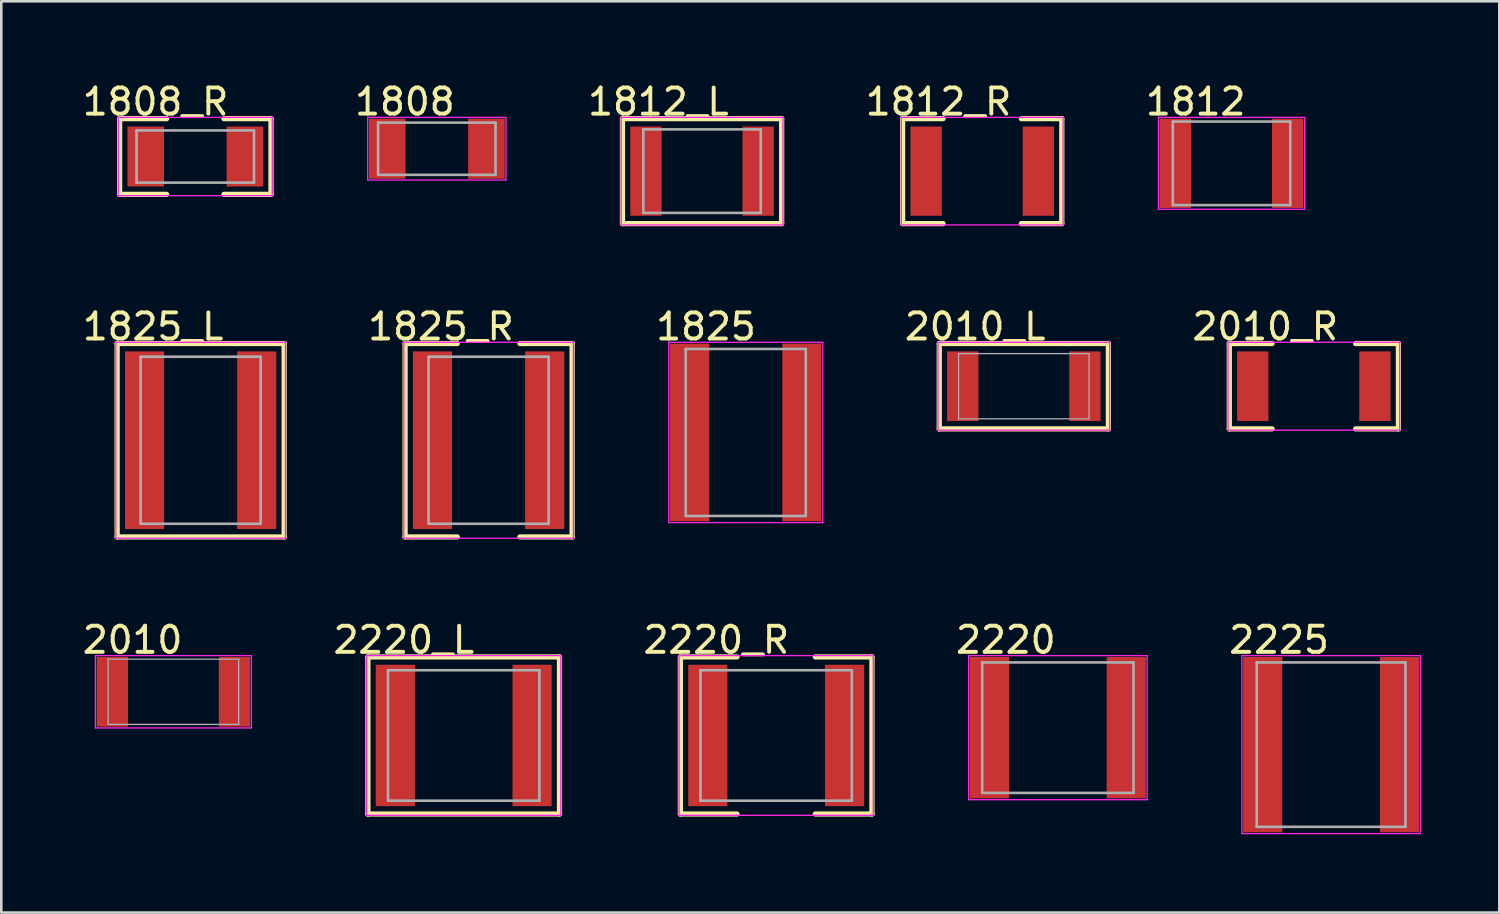
<source format=kicad_pcb>
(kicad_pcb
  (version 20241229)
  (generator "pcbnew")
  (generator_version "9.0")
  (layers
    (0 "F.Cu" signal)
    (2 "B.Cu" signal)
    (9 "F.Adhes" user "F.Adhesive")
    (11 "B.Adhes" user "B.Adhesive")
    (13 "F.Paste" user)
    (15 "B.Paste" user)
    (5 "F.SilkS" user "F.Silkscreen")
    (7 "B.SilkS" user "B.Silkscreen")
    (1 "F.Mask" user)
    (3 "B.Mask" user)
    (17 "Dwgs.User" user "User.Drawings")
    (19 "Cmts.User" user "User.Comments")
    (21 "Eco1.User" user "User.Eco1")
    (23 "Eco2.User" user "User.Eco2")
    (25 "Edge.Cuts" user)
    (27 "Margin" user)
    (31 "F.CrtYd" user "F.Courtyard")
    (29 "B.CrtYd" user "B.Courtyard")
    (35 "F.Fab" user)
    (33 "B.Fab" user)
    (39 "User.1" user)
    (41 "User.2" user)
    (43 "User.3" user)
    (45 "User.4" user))
  (footprint "1812_L"
    (layer "F.Cu")
    (at 23.853 3.508)
    (property "Reference" "1812_L" (at -1.674 -2.659 0) (layer "F.SilkS") (effects (font (size 1 1) (thickness 0.15))))
    (attr through_hole)
    (fp_line (start -3.05 -2.01) (end 3.05 -2.01) (stroke (width 0.2) (type solid)) (layer "F.SilkS"))
    (fp_line (start -3.05 2.01) (end -3.05 -2.01) (stroke (width 0.2) (type solid)) (layer "F.SilkS"))
    (fp_line (start -3.05 2.01) (end 3.05 2.01) (stroke (width 0.2) (type solid)) (layer "F.SilkS"))
    (fp_line (start 3.05 2.01) (end 3.05 -2.01) (stroke (width 0.2) (type solid)) (layer "F.SilkS"))
    (fp_line (start -3.1 -2.06) (end 3.1 -2.06) (stroke (width 0.05) (type solid)) (layer "F.CrtYd"))
    (fp_line (start -3.1 2.06) (end -3.1 -2.06) (stroke (width 0.05) (type solid)) (layer "F.CrtYd"))
    (fp_line (start 3.1 -2.06) (end 3.1 2.06) (stroke (width 0.05) (type solid)) (layer "F.CrtYd"))
    (fp_line (start 3.1 2.06) (end -3.1 2.06) (stroke (width 0.05) (type solid)) (layer "F.CrtYd"))
    (fp_line (start -2.25 -1.6) (end 2.25 -1.6) (stroke (width 0.1) (type solid)) (layer "F.Fab"))
    (fp_line (start -2.25 1.6) (end -2.25 -1.6) (stroke (width 0.1) (type solid)) (layer "F.Fab"))
    (fp_line (start -2.25 1.6) (end 2.25 1.6) (stroke (width 0.1) (type solid)) (layer "F.Fab"))
    (fp_line (start 2.25 1.6) (end 2.25 -1.6) (stroke (width 0.1) (type solid)) (layer "F.Fab"))
    (pad "1" smd rect (at -2.15 0) (size 1.2 3.42) (layers "F.Cu" "F.Mask" "F.Paste"))
    (pad "2" smd rect (at 2.15 0) (size 1.2 3.42) (layers "F.Cu" "F.Mask" "F.Paste")))
  (footprint "2220_L"
    (layer "F.Cu")
    (at 14.719 25.133)
    (property "Reference" "2220_L" (at -2.294 -3.659 0) (layer "F.SilkS") (effects (font (size 1 1) (thickness 0.15))))
    (attr through_hole)
    (fp_line (start -3.67 -3.01) (end 3.67 -3.01) (stroke (width 0.2) (type solid)) (layer "F.SilkS"))
    (fp_line (start -3.67 3.01) (end -3.67 -3.01) (stroke (width 0.2) (type solid)) (layer "F.SilkS"))
    (fp_line (start -3.67 3.01) (end 3.67 3.01) (stroke (width 0.2) (type solid)) (layer "F.SilkS"))
    (fp_line (start 3.67 3.01) (end 3.67 -3.01) (stroke (width 0.2) (type solid)) (layer "F.SilkS"))
    (fp_line (start -3.72 -3.06) (end 3.72 -3.06) (stroke (width 0.05) (type solid)) (layer "F.CrtYd"))
    (fp_line (start -3.72 3.06) (end -3.72 -3.06) (stroke (width 0.05) (type solid)) (layer "F.CrtYd"))
    (fp_line (start 3.72 -3.06) (end 3.72 3.06) (stroke (width 0.05) (type solid)) (layer "F.CrtYd"))
    (fp_line (start 3.72 3.06) (end -3.72 3.06) (stroke (width 0.05) (type solid)) (layer "F.CrtYd"))
    (fp_line (start -2.9 -2.5) (end 2.9 -2.5) (stroke (width 0.1) (type solid)) (layer "F.Fab"))
    (fp_line (start -2.9 2.5) (end -2.9 -2.5) (stroke (width 0.1) (type solid)) (layer "F.Fab"))
    (fp_line (start -2.9 2.5) (end 2.9 2.5) (stroke (width 0.1) (type solid)) (layer "F.Fab"))
    (fp_line (start 2.9 2.5) (end 2.9 -2.5) (stroke (width 0.1) (type solid)) (layer "F.Fab"))
    (pad "1" smd rect (at -2.62 0) (size 1.5 5.42) (layers "F.Cu" "F.Mask" "F.Paste"))
    (pad "2" smd rect (at 2.62 0) (size 1.5 5.42) (layers "F.Cu" "F.Mask" "F.Paste")))
  (footprint "2010_R"
    (layer "F.Cu")
    (at 47.297 11.75)
    (property "Reference" "2010_R" (at -1.864 -2.284 0) (layer "F.SilkS") (effects (font (size 1 1) (thickness 0.15))))
    (attr through_hole)
    (fp_line (start -3.24 -1.635) (end -1.6 -1.635) (stroke (width 0.2) (type solid)) (layer "F.SilkS"))
    (fp_line (start -3.24 1.635) (end -3.24 -1.635) (stroke (width 0.2) (type solid)) (layer "F.SilkS"))
    (fp_line (start -3.24 1.635) (end -1.6 1.635) (stroke (width 0.2) (type solid)) (layer "F.SilkS"))
    (fp_line (start 1.6 -1.635) (end 3.24 -1.635) (stroke (width 0.2) (type solid)) (layer "F.SilkS"))
    (fp_line (start 1.6 1.635) (end 3.24 1.635) (stroke (width 0.2) (type solid)) (layer "F.SilkS"))
    (fp_line (start 3.24 1.635) (end 3.24 -1.635) (stroke (width 0.2) (type solid)) (layer "F.SilkS"))
    (fp_line (start -3.29 -1.685) (end 3.29 -1.685) (stroke (width 0.05) (type solid)) (layer "F.CrtYd"))
    (fp_line (start -3.29 1.685) (end -3.29 -1.685) (stroke (width 0.05) (type solid)) (layer "F.CrtYd"))
    (fp_line (start 3.29 -1.685) (end 3.29 1.685) (stroke (width 0.05) (type solid)) (layer "F.CrtYd"))
    (fp_line (start 3.29 1.685) (end -3.29 1.685) (stroke (width 0.05) (type solid)) (layer "F.CrtYd"))
    (pad "1" smd rect (at -2.34 0) (size 1.2 2.67) (layers "F.Cu" "F.Mask" "F.Paste"))
    (pad "2" smd rect (at 2.34 0) (size 1.2 2.67) (layers "F.Cu" "F.Mask" "F.Paste")))
  (footprint "1808_R"
    (layer "F.Cu")
    (at 4.434 2.948)
    (property "Reference" "1808_R" (at -1.524 -2.099 0) (layer "F.SilkS") (effects (font (size 1 1) (thickness 0.15))))
    (attr through_hole)
    (fp_line (start -2.9 -1.45) (end -1.1 -1.45) (stroke (width 0.2) (type solid)) (layer "F.SilkS"))
    (fp_line (start -2.9 1.45) (end -2.9 -1.45) (stroke (width 0.2) (type solid)) (layer "F.SilkS"))
    (fp_line (start -2.9 1.45) (end -1.1 1.45) (stroke (width 0.2) (type solid)) (layer "F.SilkS"))
    (fp_line (start 1.1 -1.45) (end 2.9 -1.45) (stroke (width 0.2) (type solid)) (layer "F.SilkS"))
    (fp_line (start 1.1 1.45) (end 2.9 1.45) (stroke (width 0.2) (type solid)) (layer "F.SilkS"))
    (fp_line (start 2.9 1.45) (end 2.9 -1.45) (stroke (width 0.2) (type solid)) (layer "F.SilkS"))
    (fp_line (start -2.95 -1.5) (end 2.95 -1.5) (stroke (width 0.05) (type solid)) (layer "F.CrtYd"))
    (fp_line (start -2.95 1.5) (end -2.95 -1.5) (stroke (width 0.05) (type solid)) (layer "F.CrtYd"))
    (fp_line (start 2.95 -1.5) (end 2.95 1.5) (stroke (width 0.05) (type solid)) (layer "F.CrtYd"))
    (fp_line (start 2.95 1.5) (end -2.95 1.5) (stroke (width 0.05) (type solid)) (layer "F.CrtYd"))
    (fp_line (start -2.25 -1) (end 2.25 -1) (stroke (width 0.1) (type solid)) (layer "F.Fab"))
    (fp_line (start -2.25 1) (end -2.25 -1) (stroke (width 0.1) (type solid)) (layer "F.Fab"))
    (fp_line (start -2.25 1) (end 2.25 1) (stroke (width 0.1) (type solid)) (layer "F.Fab"))
    (fp_line (start 2.25 1) (end 2.25 -1) (stroke (width 0.1) (type solid)) (layer "F.Fab"))
    (pad "1" smd rect (at -1.9 0) (size 1.4 2.3) (layers "F.Cu" "F.Mask" "F.Paste"))
    (pad "2" smd rect (at 1.9 0) (size 1.4 2.3) (layers "F.Cu" "F.Mask" "F.Paste")))
  (footprint "1825_L"
    (layer "F.Cu")
    (at 4.639 13.82)
    (property "Reference" "1825_L" (at -1.824 -4.354 0) (layer "F.SilkS") (effects (font (size 1 1) (thickness 0.15))))
    (attr through_hole)
    (fp_line (start -3.2 -3.705) (end 3.2 -3.705) (stroke (width 0.2) (type solid)) (layer "F.SilkS"))
    (fp_line (start -3.2 3.705) (end -3.2 -3.705) (stroke (width 0.2) (type solid)) (layer "F.SilkS"))
    (fp_line (start -3.2 3.705) (end 3.2 3.705) (stroke (width 0.2) (type solid)) (layer "F.SilkS"))
    (fp_line (start 3.2 3.705) (end 3.2 -3.705) (stroke (width 0.2) (type solid)) (layer "F.SilkS"))
    (fp_line (start -3.25 -3.755) (end 3.25 -3.755) (stroke (width 0.05) (type solid)) (layer "F.CrtYd"))
    (fp_line (start -3.25 3.755) (end -3.25 -3.755) (stroke (width 0.05) (type solid)) (layer "F.CrtYd"))
    (fp_line (start 3.25 -3.755) (end 3.25 3.755) (stroke (width 0.05) (type solid)) (layer "F.CrtYd"))
    (fp_line (start 3.25 3.755) (end -3.25 3.755) (stroke (width 0.05) (type solid)) (layer "F.CrtYd"))
    (fp_line (start -2.3 -3.2) (end 2.3 -3.2) (stroke (width 0.1) (type solid)) (layer "F.Fab"))
    (fp_line (start -2.3 3.2) (end -2.3 -3.2) (stroke (width 0.1) (type solid)) (layer "F.Fab"))
    (fp_line (start -2.3 3.2) (end 2.3 3.2) (stroke (width 0.1) (type solid)) (layer "F.Fab"))
    (fp_line (start 2.3 3.2) (end 2.3 -3.2) (stroke (width 0.1) (type solid)) (layer "F.Fab"))
    (pad "1" smd rect (at -2.15 0) (size 1.5 6.81) (layers "F.Cu" "F.Mask" "F.Paste"))
    (pad "2" smd rect (at 2.15 0) (size 1.5 6.81) (layers "F.Cu" "F.Mask" "F.Paste")))
  (footprint "2010_L"
    (layer "F.Cu")
    (at 36.183 11.75)
    (property "Reference" "2010_L" (at -1.864 -2.284 0) (layer "F.SilkS") (effects (font (size 1 1) (thickness 0.15))))
    (attr through_hole)
    (fp_line (start -3.24 -1.635) (end 3.24 -1.635) (stroke (width 0.2) (type solid)) (layer "F.SilkS"))
    (fp_line (start -3.24 1.635) (end -3.24 -1.635) (stroke (width 0.2) (type solid)) (layer "F.SilkS"))
    (fp_line (start -3.24 1.635) (end 3.24 1.635) (stroke (width 0.2) (type solid)) (layer "F.SilkS"))
    (fp_line (start 3.24 1.635) (end 3.24 -1.635) (stroke (width 0.2) (type solid)) (layer "F.SilkS"))
    (fp_line (start -3.29 -1.685) (end 3.29 -1.685) (stroke (width 0.05) (type solid)) (layer "F.CrtYd"))
    (fp_line (start -3.29 1.685) (end -3.29 -1.685) (stroke (width 0.05) (type solid)) (layer "F.CrtYd"))
    (fp_line (start 3.29 -1.685) (end 3.29 1.685) (stroke (width 0.05) (type solid)) (layer "F.CrtYd"))
    (fp_line (start 3.29 1.685) (end -3.29 1.685) (stroke (width 0.05) (type solid)) (layer "F.CrtYd"))
    (fp_line (start -2.5 -1.25) (end 2.5 -1.25) (stroke (width 0.05) (type solid)) (layer "F.Fab"))
    (fp_line (start -2.5 1.25) (end -2.5 -1.25) (stroke (width 0.05) (type solid)) (layer "F.Fab"))
    (fp_line (start -2.5 1.25) (end 2.5 1.25) (stroke (width 0.05) (type solid)) (layer "F.Fab"))
    (fp_line (start 2.5 1.25) (end 2.5 -1.25) (stroke (width 0.05) (type solid)) (layer "F.Fab"))
    (pad "1" smd rect (at -2.34 0) (size 1.2 2.67) (layers "F.Cu" "F.Mask" "F.Paste"))
    (pad "2" smd rect (at 2.34 0) (size 1.2 2.67) (layers "F.Cu" "F.Mask" "F.Paste")))
  (footprint "2220"
    (layer "F.Cu")
    (at 37.488 24.834)
    (property "Reference" "2220" (at -1.995 -3.361 0) (layer "F.SilkS") (effects (font (size 1 1) (thickness 0.15))))
    (attr through_hole)
    (fp_line (start -3.42 -2.76) (end 3.42 -2.76) (stroke (width 0.05) (type solid)) (layer "F.CrtYd"))
    (fp_line (start -3.42 2.76) (end -3.42 -2.76) (stroke (width 0.05) (type solid)) (layer "F.CrtYd"))
    (fp_line (start 3.42 -2.76) (end 3.42 2.76) (stroke (width 0.05) (type solid)) (layer "F.CrtYd"))
    (fp_line (start 3.42 2.76) (end -3.42 2.76) (stroke (width 0.05) (type solid)) (layer "F.CrtYd"))
    (fp_line (start -2.9 -2.5) (end 2.9 -2.5) (stroke (width 0.1) (type solid)) (layer "F.Fab"))
    (fp_line (start -2.9 2.5) (end -2.9 -2.5) (stroke (width 0.1) (type solid)) (layer "F.Fab"))
    (fp_line (start -2.9 2.5) (end 2.9 2.5) (stroke (width 0.1) (type solid)) (layer "F.Fab"))
    (fp_line (start 2.9 2.5) (end 2.9 -2.5) (stroke (width 0.1) (type solid)) (layer "F.Fab"))
    (pad "1" smd rect (at -2.62 0) (size 1.5 5.42) (layers "F.Cu" "F.Mask" "F.Paste"))
    (pad "2" smd rect (at 2.62 0) (size 1.5 5.42) (layers "F.Cu" "F.Mask" "F.Paste")))
  (footprint "2010"
    (layer "F.Cu")
    (at 3.595 23.459)
    (property "Reference" "2010" (at -1.565 -1.986 0) (layer "F.SilkS") (effects (font (size 1 1) (thickness 0.15))))
    (attr through_hole)
    (fp_line (start -2.99 -1.385) (end 2.99 -1.385) (stroke (width 0.05) (type solid)) (layer "F.CrtYd"))
    (fp_line (start -2.99 1.385) (end -2.99 -1.385) (stroke (width 0.05) (type solid)) (layer "F.CrtYd"))
    (fp_line (start 2.99 -1.385) (end 2.99 1.385) (stroke (width 0.05) (type solid)) (layer "F.CrtYd"))
    (fp_line (start 2.99 1.385) (end -2.99 1.385) (stroke (width 0.05) (type solid)) (layer "F.CrtYd"))
    (fp_line (start -2.5 -1.25) (end 2.5 -1.25) (stroke (width 0.05) (type solid)) (layer "F.Fab"))
    (fp_line (start -2.5 1.25) (end -2.5 -1.25) (stroke (width 0.05) (type solid)) (layer "F.Fab"))
    (fp_line (start -2.5 1.25) (end 2.5 1.25) (stroke (width 0.05) (type solid)) (layer "F.Fab"))
    (fp_line (start 2.5 1.25) (end 2.5 -1.25) (stroke (width 0.05) (type solid)) (layer "F.Fab"))
    (pad "1" smd rect (at -2.34 0) (size 1.2 2.67) (layers "F.Cu" "F.Mask" "F.Paste"))
    (pad "2" smd rect (at 2.34 0) (size 1.2 2.67) (layers "F.Cu" "F.Mask" "F.Paste")))
  (footprint "1812"
    (layer "F.Cu")
    (at 44.143 3.209)
    (property "Reference" "1812" (at -1.375 -2.361 0) (layer "F.SilkS") (effects (font (size 1 1) (thickness 0.15))))
    (attr through_hole)
    (fp_line (start -2.8 -1.76) (end 2.8 -1.76) (stroke (width 0.05) (type solid)) (layer "F.CrtYd"))
    (fp_line (start -2.8 1.76) (end -2.8 -1.76) (stroke (width 0.05) (type solid)) (layer "F.CrtYd"))
    (fp_line (start 2.8 -1.76) (end 2.8 1.76) (stroke (width 0.05) (type solid)) (layer "F.CrtYd"))
    (fp_line (start 2.8 1.76) (end -2.8 1.76) (stroke (width 0.05) (type solid)) (layer "F.CrtYd"))
    (fp_line (start -2.25 -1.6) (end 2.25 -1.6) (stroke (width 0.1) (type solid)) (layer "F.Fab"))
    (fp_line (start -2.25 1.6) (end -2.25 -1.6) (stroke (width 0.1) (type solid)) (layer "F.Fab"))
    (fp_line (start -2.25 1.6) (end 2.25 1.6) (stroke (width 0.1) (type solid)) (layer "F.Fab"))
    (fp_line (start 2.25 1.6) (end 2.25 -1.6) (stroke (width 0.1) (type solid)) (layer "F.Fab"))
    (pad "1" smd rect (at -2.15 0) (size 1.2 3.42) (layers "F.Cu" "F.Mask" "F.Paste"))
    (pad "2" smd rect (at 2.15 0) (size 1.2 3.42) (layers "F.Cu" "F.Mask" "F.Paste")))
  (footprint "1808"
    (layer "F.Cu")
    (at 13.689 2.649)
    (property "Reference" "1808" (at -1.225 -1.801 0) (layer "F.SilkS") (effects (font (size 1 1) (thickness 0.15))))
    (attr through_hole)
    (fp_line (start -2.65 -1.2) (end 2.65 -1.2) (stroke (width 0.05) (type solid)) (layer "F.CrtYd"))
    (fp_line (start -2.65 1.2) (end -2.65 -1.2) (stroke (width 0.05) (type solid)) (layer "F.CrtYd"))
    (fp_line (start 2.65 -1.2) (end 2.65 1.2) (stroke (width 0.05) (type solid)) (layer "F.CrtYd"))
    (fp_line (start 2.65 1.2) (end -2.65 1.2) (stroke (width 0.05) (type solid)) (layer "F.CrtYd"))
    (fp_line (start -2.25 -1) (end 2.25 -1) (stroke (width 0.1) (type solid)) (layer "F.Fab"))
    (fp_line (start -2.25 1) (end -2.25 -1) (stroke (width 0.1) (type solid)) (layer "F.Fab"))
    (fp_line (start -2.25 1) (end 2.25 1) (stroke (width 0.1) (type solid)) (layer "F.Fab"))
    (fp_line (start 2.25 1) (end 2.25 -1) (stroke (width 0.1) (type solid)) (layer "F.Fab"))
    (pad "1" smd rect (at -1.9 0) (size 1.4 2.3) (layers "F.Cu" "F.Mask" "F.Paste"))
    (pad "2" smd rect (at 1.9 0) (size 1.4 2.3) (layers "F.Cu" "F.Mask" "F.Paste")))
  (footprint "1812_R"
    (layer "F.Cu")
    (at 34.588 3.508)
    (property "Reference" "1812_R" (at -1.674 -2.659 0) (layer "F.SilkS") (effects (font (size 1 1) (thickness 0.15))))
    (attr through_hole)
    (fp_line (start -3.05 -2.01) (end -1.5 -2.01) (stroke (width 0.2) (type solid)) (layer "F.SilkS"))
    (fp_line (start -3.05 2.01) (end -3.05 -2.01) (stroke (width 0.2) (type solid)) (layer "F.SilkS"))
    (fp_line (start -3.05 2.01) (end -1.5 2.01) (stroke (width 0.2) (type solid)) (layer "F.SilkS"))
    (fp_line (start 1.5 -2.01) (end 3.05 -2.01) (stroke (width 0.2) (type solid)) (layer "F.SilkS"))
    (fp_line (start 1.5 2.01) (end 3.05 2.01) (stroke (width 0.2) (type solid)) (layer "F.SilkS"))
    (fp_line (start 3.05 2.01) (end 3.05 -2.01) (stroke (width 0.2) (type solid)) (layer "F.SilkS"))
    (fp_line (start -3.1 -2.06) (end 3.1 -2.06) (stroke (width 0.05) (type solid)) (layer "F.CrtYd"))
    (fp_line (start -3.1 2.06) (end -3.1 -2.06) (stroke (width 0.05) (type solid)) (layer "F.CrtYd"))
    (fp_line (start 3.1 -2.06) (end 3.1 2.06) (stroke (width 0.05) (type solid)) (layer "F.CrtYd"))
    (fp_line (start 3.1 2.06) (end -3.1 2.06) (stroke (width 0.05) (type solid)) (layer "F.CrtYd"))
    (pad "1" smd rect (at -2.15 0) (size 1.2 3.42) (layers "F.Cu" "F.Mask" "F.Paste"))
    (pad "2" smd rect (at 2.15 0) (size 1.2 3.42) (layers "F.Cu" "F.Mask" "F.Paste")))
  (footprint "1825_R"
    (layer "F.Cu")
    (at 15.673 13.82)
    (property "Reference" "1825_R" (at -1.824 -4.354 0) (layer "F.SilkS") (effects (font (size 1 1) (thickness 0.15))))
    (attr through_hole)
    (fp_line (start -3.2 -3.705) (end -1.2 -3.705) (stroke (width 0.2) (type solid)) (layer "F.SilkS"))
    (fp_line (start -3.2 3.705) (end -3.2 -3.705) (stroke (width 0.2) (type solid)) (layer "F.SilkS"))
    (fp_line (start -3.2 3.705) (end -1.2 3.705) (stroke (width 0.2) (type solid)) (layer "F.SilkS"))
    (fp_line (start 1.2 -3.705) (end 3.2 -3.705) (stroke (width 0.2) (type solid)) (layer "F.SilkS"))
    (fp_line (start 1.2 3.705) (end 3.2 3.705) (stroke (width 0.2) (type solid)) (layer "F.SilkS"))
    (fp_line (start 3.2 3.705) (end 3.2 -3.705) (stroke (width 0.2) (type solid)) (layer "F.SilkS"))
    (fp_line (start -3.25 -3.755) (end 3.25 -3.755) (stroke (width 0.05) (type solid)) (layer "F.CrtYd"))
    (fp_line (start -3.25 3.755) (end -3.25 -3.755) (stroke (width 0.05) (type solid)) (layer "F.CrtYd"))
    (fp_line (start 3.25 -3.755) (end 3.25 3.755) (stroke (width 0.05) (type solid)) (layer "F.CrtYd"))
    (fp_line (start 3.25 3.755) (end -3.25 3.755) (stroke (width 0.05) (type solid)) (layer "F.CrtYd"))
    (fp_line (start -2.3 -3.2) (end 2.3 -3.2) (stroke (width 0.1) (type solid)) (layer "F.Fab"))
    (fp_line (start -2.3 3.2) (end -2.3 -3.2) (stroke (width 0.1) (type solid)) (layer "F.Fab"))
    (fp_line (start -2.3 3.2) (end 2.3 3.2) (stroke (width 0.1) (type solid)) (layer "F.Fab"))
    (fp_line (start 2.3 3.2) (end 2.3 -3.2) (stroke (width 0.1) (type solid)) (layer "F.Fab"))
    (pad "1" smd rect (at -2.15 0) (size 1.5 6.81) (layers "F.Cu" "F.Mask" "F.Paste"))
    (pad "2" smd rect (at 2.15 0) (size 1.5 6.81) (layers "F.Cu" "F.Mask" "F.Paste")))
  (footprint "1825"
    (layer "F.Cu")
    (at 25.528 13.522)
    (property "Reference" "1825" (at -1.525 -4.056 0) (layer "F.SilkS") (effects (font (size 1 1) (thickness 0.15))))
    (attr through_hole)
    (fp_line (start -2.95 -3.455) (end 2.95 -3.455) (stroke (width 0.05) (type solid)) (layer "F.CrtYd"))
    (fp_line (start -2.95 3.455) (end -2.95 -3.455) (stroke (width 0.05) (type solid)) (layer "F.CrtYd"))
    (fp_line (start 2.95 -3.455) (end 2.95 3.455) (stroke (width 0.05) (type solid)) (layer "F.CrtYd"))
    (fp_line (start 2.95 3.455) (end -2.95 3.455) (stroke (width 0.05) (type solid)) (layer "F.CrtYd"))
    (fp_line (start -2.3 -3.2) (end 2.3 -3.2) (stroke (width 0.1) (type solid)) (layer "F.Fab"))
    (fp_line (start -2.3 3.2) (end -2.3 -3.2) (stroke (width 0.1) (type solid)) (layer "F.Fab"))
    (fp_line (start -2.3 3.2) (end 2.3 3.2) (stroke (width 0.1) (type solid)) (layer "F.Fab"))
    (fp_line (start 2.3 3.2) (end 2.3 -3.2) (stroke (width 0.1) (type solid)) (layer "F.Fab"))
    (pad "1" smd rect (at -2.15 0) (size 1.5 6.81) (layers "F.Cu" "F.Mask" "F.Paste"))
    (pad "2" smd rect (at 2.15 0) (size 1.5 6.81) (layers "F.Cu" "F.Mask" "F.Paste")))
  (footprint "2225"
    (layer "F.Cu")
    (at 47.958 25.484)
    (property "Reference" "2225" (at -1.995 -4.011 0) (layer "F.SilkS") (effects (font (size 1 1) (thickness 0.15))))
    (attr through_hole)
    (fp_line (start -3.42 -3.41) (end 3.42 -3.41) (stroke (width 0.05) (type solid)) (layer "F.CrtYd"))
    (fp_line (start -3.42 3.41) (end -3.42 -3.41) (stroke (width 0.05) (type solid)) (layer "F.CrtYd"))
    (fp_line (start 3.42 -3.41) (end 3.42 3.41) (stroke (width 0.05) (type solid)) (layer "F.CrtYd"))
    (fp_line (start 3.42 3.41) (end -3.42 3.41) (stroke (width 0.05) (type solid)) (layer "F.CrtYd"))
    (fp_line (start -2.85 -3.15) (end -2.85 3.15) (stroke (width 0.1) (type solid)) (layer "F.Fab"))
    (fp_line (start -2.85 -3.15) (end 2.85 -3.15) (stroke (width 0.1) (type solid)) (layer "F.Fab"))
    (fp_line (start -2.85 3.15) (end 2.85 3.15) (stroke (width 0.1) (type solid)) (layer "F.Fab"))
    (fp_line (start 2.85 -3.15) (end 2.85 3.15) (stroke (width 0.1) (type solid)) (layer "F.Fab"))
    (pad "1" smd rect (at -2.62 0) (size 1.5 6.72) (layers "F.Cu" "F.Mask" "F.Paste"))
    (pad "2" smd rect (at 2.62 0) (size 1.5 6.72) (layers "F.Cu" "F.Mask" "F.Paste")))
  (footprint "2220_R"
    (layer "F.Cu")
    (at 26.693 25.133)
    (property "Reference" "2220_R" (at -2.294 -3.659 0) (layer "F.SilkS") (effects (font (size 1 1) (thickness 0.15))))
    (attr through_hole)
    (fp_line (start -3.67 -3.01) (end -1.5 -3.01) (stroke (width 0.2) (type solid)) (layer "F.SilkS"))
    (fp_line (start -3.67 3.01) (end -3.67 -3.01) (stroke (width 0.2) (type solid)) (layer "F.SilkS"))
    (fp_line (start -3.67 3.01) (end -1.5 3.01) (stroke (width 0.2) (type solid)) (layer "F.SilkS"))
    (fp_line (start 1.5 -3.01) (end 3.67 -3.01) (stroke (width 0.2) (type solid)) (layer "F.SilkS"))
    (fp_line (start 1.5 3.01) (end 3.67 3.01) (stroke (width 0.2) (type solid)) (layer "F.SilkS"))
    (fp_line (start 3.67 3.01) (end 3.67 -3.01) (stroke (width 0.2) (type solid)) (layer "F.SilkS"))
    (fp_line (start -3.72 -3.06) (end 3.72 -3.06) (stroke (width 0.05) (type solid)) (layer "F.CrtYd"))
    (fp_line (start -3.72 3.06) (end -3.72 -3.06) (stroke (width 0.05) (type solid)) (layer "F.CrtYd"))
    (fp_line (start 3.72 -3.06) (end 3.72 3.06) (stroke (width 0.05) (type solid)) (layer "F.CrtYd"))
    (fp_line (start 3.72 3.06) (end -3.72 3.06) (stroke (width 0.05) (type solid)) (layer "F.CrtYd"))
    (fp_line (start -2.9 -2.5) (end 2.9 -2.5) (stroke (width 0.1) (type solid)) (layer "F.Fab"))
    (fp_line (start -2.9 2.5) (end -2.9 -2.5) (stroke (width 0.1) (type solid)) (layer "F.Fab"))
    (fp_line (start -2.9 2.5) (end 2.9 2.5) (stroke (width 0.1) (type solid)) (layer "F.Fab"))
    (fp_line (start 2.9 2.5) (end 2.9 -2.5) (stroke (width 0.1) (type solid)) (layer "F.Fab"))
    (pad "1" smd rect (at -2.62 0) (size 1.5 5.42) (layers "F.Cu" "F.Mask" "F.Paste"))
    (pad "2" smd rect (at 2.62 0) (size 1.5 5.42) (layers "F.Cu" "F.Mask" "F.Paste")))
  (gr_rect
    (start -3 -3)
    (end 54.403 31.919)
    (stroke (width 0.1) (type default))
    (fill no)
    (layer "Edge.Cuts")))
</source>
